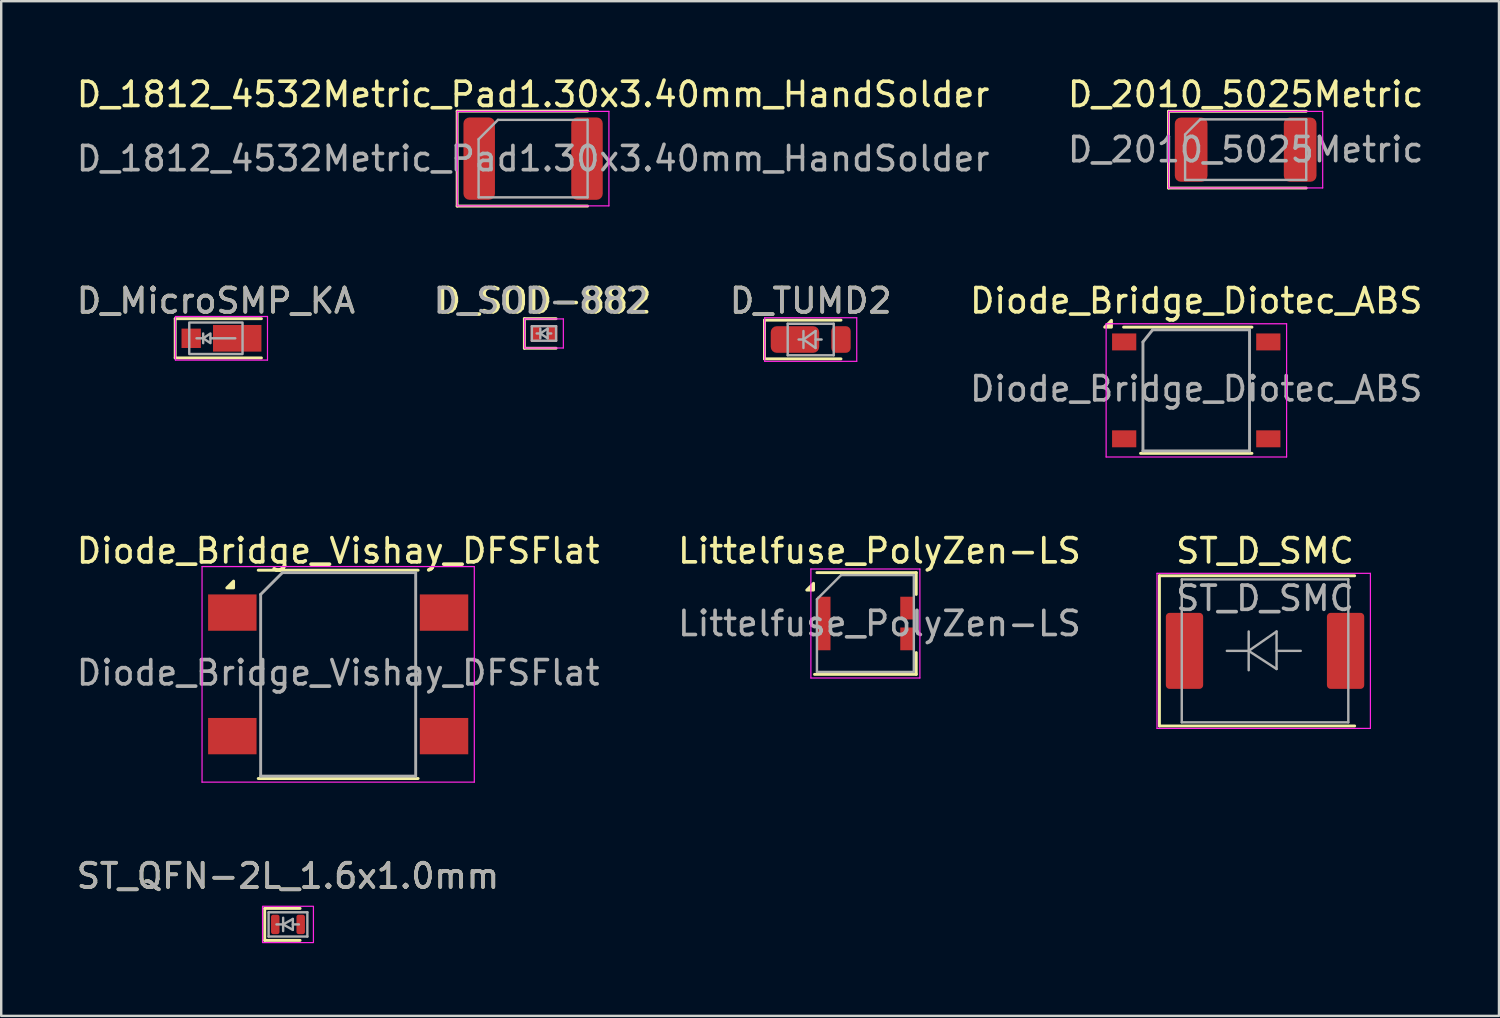
<source format=kicad_pcb>
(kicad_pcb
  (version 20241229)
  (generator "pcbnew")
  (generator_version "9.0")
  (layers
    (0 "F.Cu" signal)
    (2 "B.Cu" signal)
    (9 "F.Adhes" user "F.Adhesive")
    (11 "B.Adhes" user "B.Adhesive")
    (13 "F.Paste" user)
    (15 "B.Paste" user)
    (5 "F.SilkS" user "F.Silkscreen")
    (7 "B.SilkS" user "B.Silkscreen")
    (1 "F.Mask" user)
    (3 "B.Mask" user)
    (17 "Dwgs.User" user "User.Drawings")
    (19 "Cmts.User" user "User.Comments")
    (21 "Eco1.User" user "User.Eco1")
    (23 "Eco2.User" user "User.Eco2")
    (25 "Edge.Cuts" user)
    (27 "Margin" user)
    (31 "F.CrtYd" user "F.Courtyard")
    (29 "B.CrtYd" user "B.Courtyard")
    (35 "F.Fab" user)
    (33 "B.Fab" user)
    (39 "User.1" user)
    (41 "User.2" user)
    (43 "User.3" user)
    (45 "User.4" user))
  (footprint "Littelfuse_PolyZen-LS"
    (layer "F.Cu")
    (at 32.676 22.69)
    (property "Reference" "Littelfuse_PolyZen-LS" (at 0.58 -3 0) (layer "F.SilkS") (effects (font (size 1 1) (thickness 0.15))))
    (attr smd)
    (fp_line (start 2.1 -2.1) (end -2 -2.1) (stroke (width 0.12) (type solid)) (layer "F.SilkS"))
    (fp_line (start 2.1 -2.1) (end 2.1 -1.2) (stroke (width 0.12) (type solid)) (layer "F.SilkS"))
    (fp_line (start 2.1 2.1) (end -2.1 2.1) (stroke (width 0.12) (type solid)) (layer "F.SilkS"))
    (fp_line (start 2.1 2.1) (end 2.1 1.2) (stroke (width 0.12) (type solid)) (layer "F.SilkS"))
    (fp_poly (pts (xy -2.14 -1.38) (xy -2.42 -1.38) (xy -2.14 -1.66) (xy -2.14 -1.38)) (stroke (width 0.12) (type solid)) (fill yes) (layer "F.SilkS"))
    (fp_line (start -2.25 -2.25) (end 2.25 -2.25) (stroke (width 0.05) (type solid)) (layer "F.CrtYd"))
    (fp_line (start -2.25 2.25) (end -2.25 -2.25) (stroke (width 0.05) (type solid)) (layer "F.CrtYd"))
    (fp_line (start 2.25 -2.25) (end 2.25 2.25) (stroke (width 0.05) (type solid)) (layer "F.CrtYd"))
    (fp_line (start 2.25 2.25) (end -2.25 2.25) (stroke (width 0.05) (type solid)) (layer "F.CrtYd"))
    (fp_line (start -2 2) (end -2 -1) (stroke (width 0.1) (type solid)) (layer "F.Fab"))
    (fp_line (start -1 -2) (end -2 -1) (stroke (width 0.1) (type solid)) (layer "F.Fab"))
    (fp_line (start 2 -2) (end -1 -2) (stroke (width 0.1) (type solid)) (layer "F.Fab"))
    (fp_line (start 2 -2) (end 2 2) (stroke (width 0.1) (type solid)) (layer "F.Fab"))
    (fp_line (start 2 2) (end -2 2) (stroke (width 0.1) (type solid)) (layer "F.Fab"))
    (fp_text user "${REFERENCE}" (at 0.58 0 0) (layer "F.Fab") (effects (font (size 1 1) (thickness 0.15))))
    (pad "1" smd rect (at -1.72 0) (size 0.56 2.21) (layers "F.Cu" "F.Mask" "F.Paste"))
    (pad "2" smd rect (at 1.72 -0.635) (size 0.56 0.94) (layers "F.Cu" "F.Mask" "F.Paste"))
    (pad "3" smd rect (at 1.72 0.635) (size 0.56 0.94) (layers "F.Cu" "F.Mask" "F.Paste")))
  (footprint "D_TUMD2"
    (layer "F.Cu")
    (at 30.419 10.966)
    (property "Reference" "D_TUMD2" (at 0 -1.6 0) (layer "F.SilkS") (effects (font (size 1 1) (thickness 0.15))))
    (attr smd)
    (fp_line (start -1.91 -0.8) (end 1.25 -0.8) (stroke (width 0.12) (type solid)) (layer "F.SilkS"))
    (fp_line (start -1.91 0.8) (end -1.91 -0.8) (stroke (width 0.12) (type solid)) (layer "F.SilkS"))
    (fp_line (start 1.25 0.8) (end -1.91 0.8) (stroke (width 0.12) (type solid)) (layer "F.SilkS"))
    (fp_line (start -1.9 -0.9) (end 1.9 -0.9) (stroke (width 0.05) (type solid)) (layer "F.CrtYd"))
    (fp_line (start -1.9 0.9) (end -1.9 -0.9) (stroke (width 0.05) (type solid)) (layer "F.CrtYd"))
    (fp_line (start 1.9 -0.9) (end 1.9 0.9) (stroke (width 0.05) (type solid)) (layer "F.CrtYd"))
    (fp_line (start 1.9 0.9) (end -1.9 0.9) (stroke (width 0.05) (type solid)) (layer "F.CrtYd"))
    (fp_line (start -0.95 -0.65) (end 0.95 -0.65) (stroke (width 0.1) (type solid)) (layer "F.Fab"))
    (fp_line (start -0.95 0.65) (end -0.95 -0.65) (stroke (width 0.1) (type solid)) (layer "F.Fab"))
    (fp_line (start -0.3 -0.35) (end -0.3 0.35) (stroke (width 0.1) (type solid)) (layer "F.Fab"))
    (fp_line (start -0.3 0) (end -0.5 0) (stroke (width 0.1) (type solid)) (layer "F.Fab"))
    (fp_line (start -0.3 0) (end 0.2 -0.35) (stroke (width 0.1) (type solid)) (layer "F.Fab"))
    (fp_line (start 0.2 -0.35) (end 0.2 0.35) (stroke (width 0.1) (type solid)) (layer "F.Fab"))
    (fp_line (start 0.2 0) (end 0.45 0) (stroke (width 0.1) (type solid)) (layer "F.Fab"))
    (fp_line (start 0.2 0.35) (end -0.3 0) (stroke (width 0.1) (type solid)) (layer "F.Fab"))
    (fp_line (start 0.95 -0.65) (end 0.95 0.65) (stroke (width 0.1) (type solid)) (layer "F.Fab"))
    (fp_line (start 0.95 0.65) (end -0.95 0.65) (stroke (width 0.1) (type solid)) (layer "F.Fab"))
    (fp_text user "${REFERENCE}" (at 0 -1.6 0) (layer "F.Fab") (effects (font (size 1 1) (thickness 0.15))))
    (pad "1" smd roundrect (at -0.65 0 180) (size 2 1.1) (layers "F.Cu" "F.Mask" "F.Paste") (roundrect_rratio 0.227))
    (pad "2" smd roundrect (at 1.25 0 180) (size 0.8 1.1) (layers "F.Cu" "F.Mask" "F.Paste") (roundrect_rratio 0.25)))
  (footprint "D_2010_5025Metric"
    (layer "F.Cu")
    (at 48.375 3.128)
    (property "Reference" "D_2010_5025Metric" (at 0 -2.28 0) (layer "F.SilkS") (effects (font (size 1 1) (thickness 0.15))))
    (attr smd)
    (fp_line (start -3.185 -1.585) (end -3.185 1.585) (stroke (width 0.12) (type solid)) (layer "F.SilkS"))
    (fp_line (start -3.185 1.585) (end 2.5 1.585) (stroke (width 0.12) (type solid)) (layer "F.SilkS"))
    (fp_line (start 2.5 -1.585) (end -3.185 -1.585) (stroke (width 0.12) (type solid)) (layer "F.SilkS"))
    (fp_line (start -3.18 -1.58) (end 3.18 -1.58) (stroke (width 0.05) (type solid)) (layer "F.CrtYd"))
    (fp_line (start -3.18 1.58) (end -3.18 -1.58) (stroke (width 0.05) (type solid)) (layer "F.CrtYd"))
    (fp_line (start 3.18 -1.58) (end 3.18 1.58) (stroke (width 0.05) (type solid)) (layer "F.CrtYd"))
    (fp_line (start 3.18 1.58) (end -3.18 1.58) (stroke (width 0.05) (type solid)) (layer "F.CrtYd"))
    (fp_line (start -2.5 -0.625) (end -2.5 1.25) (stroke (width 0.1) (type solid)) (layer "F.Fab"))
    (fp_line (start -2.5 1.25) (end 2.5 1.25) (stroke (width 0.1) (type solid)) (layer "F.Fab"))
    (fp_line (start -1.875 -1.25) (end -2.5 -0.625) (stroke (width 0.1) (type solid)) (layer "F.Fab"))
    (fp_line (start 2.5 -1.25) (end -1.875 -1.25) (stroke (width 0.1) (type solid)) (layer "F.Fab"))
    (fp_line (start 2.5 1.25) (end 2.5 -1.25) (stroke (width 0.1) (type solid)) (layer "F.Fab"))
    (fp_text user "${REFERENCE}" (at 0 0 0) (layer "F.Fab") (effects (font (size 1 1) (thickness 0.15))))
    (pad "1" smd roundrect (at -2.25 0) (size 1.35 2.65) (layers "F.Cu" "F.Mask" "F.Paste") (roundrect_rratio 0.185))
    (pad "2" smd roundrect (at 2.25 0) (size 1.35 2.65) (layers "F.Cu" "F.Mask" "F.Paste") (roundrect_rratio 0.185)))
  (footprint "D_SOD-882"
    (layer "F.Cu")
    (at 19.407 10.716)
    (property "Reference" "D_SOD-882" (at 0 -1.35 0) (layer "F.SilkS") (effects (font (size 1 1) (thickness 0.15))))
    (attr smd)
    (fp_line (start -0.81 -0.61) (end -0.81 0.61) (stroke (width 0.12) (type solid)) (layer "F.SilkS"))
    (fp_line (start -0.81 -0.61) (end 0.5 -0.61) (stroke (width 0.12) (type solid)) (layer "F.SilkS"))
    (fp_line (start -0.81 0.61) (end 0.5 0.61) (stroke (width 0.12) (type solid)) (layer "F.SilkS"))
    (fp_line (start -0.8 -0.6) (end -0.8 0.6) (stroke (width 0.05) (type solid)) (layer "F.CrtYd"))
    (fp_line (start -0.8 -0.6) (end 0.8 -0.6) (stroke (width 0.05) (type solid)) (layer "F.CrtYd"))
    (fp_line (start 0.8 -0.6) (end 0.8 0.6) (stroke (width 0.05) (type solid)) (layer "F.CrtYd"))
    (fp_line (start 0.8 0.6) (end -0.8 0.6) (stroke (width 0.05) (type solid)) (layer "F.CrtYd"))
    (fp_line (start -0.5 -0.3) (end 0.5 -0.3) (stroke (width 0.1) (type solid)) (layer "F.Fab"))
    (fp_line (start -0.5 0.3) (end -0.5 -0.3) (stroke (width 0.1) (type solid)) (layer "F.Fab"))
    (fp_line (start -0.15 0) (end -0.3 0) (stroke (width 0.1) (type solid)) (layer "F.Fab"))
    (fp_line (start -0.15 0) (end 0.15 0.2) (stroke (width 0.1) (type solid)) (layer "F.Fab"))
    (fp_line (start -0.15 0.2) (end -0.15 -0.2) (stroke (width 0.1) (type solid)) (layer "F.Fab"))
    (fp_line (start 0.15 -0.2) (end -0.15 0) (stroke (width 0.1) (type solid)) (layer "F.Fab"))
    (fp_line (start 0.15 0) (end 0.3 0) (stroke (width 0.1) (type solid)) (layer "F.Fab"))
    (fp_line (start 0.15 0.2) (end 0.15 -0.2) (stroke (width 0.1) (type solid)) (layer "F.Fab"))
    (fp_line (start 0.5 -0.3) (end 0.5 0.3) (stroke (width 0.1) (type solid)) (layer "F.Fab"))
    (fp_line (start 0.5 0.3) (end -0.5 0.3) (stroke (width 0.1) (type solid)) (layer "F.Fab"))
    (fp_text user "${REFERENCE}" (at -0.127 -1.35 0) (layer "F.Fab") (effects (font (size 1 1) (thickness 0.15))))
    (pad "" smd roundrect (at -0.35 0) (size 0.3 0.6) (layers "F.Paste") (roundrect_rratio 0.167))
    (pad "" smd roundrect (at 0.35 0) (size 0.3 0.6) (layers "F.Paste") (roundrect_rratio 0.167))
    (pad "1" smd roundrect (at -0.35 0) (size 0.4 0.7) (layers "F.Cu" "F.Mask") (roundrect_rratio 0.125))
    (pad "2" smd roundrect (at 0.35 0) (size 0.4 0.7) (layers "F.Cu" "F.Mask") (roundrect_rratio 0.125)))
  (footprint "D_1812_4532Metric_Pad1.30x3.40mm_HandSolder"
    (layer "F.Cu")
    (at 18.958 3.498)
    (property "Reference" "D_1812_4532Metric_Pad1.30x3.40mm_HandSolder" (at 0 -2.65 0) (layer "F.SilkS") (effects (font (size 1 1) (thickness 0.15))))
    (attr smd)
    (fp_line (start -3.135 -1.96) (end -3.135 1.96) (stroke (width 0.12) (type solid)) (layer "F.SilkS"))
    (fp_line (start -3.135 1.96) (end 2.25 1.96) (stroke (width 0.12) (type solid)) (layer "F.SilkS"))
    (fp_line (start 2.25 -1.96) (end -3.135 -1.96) (stroke (width 0.12) (type solid)) (layer "F.SilkS"))
    (fp_line (start -3.13 -1.95) (end 3.13 -1.95) (stroke (width 0.05) (type solid)) (layer "F.CrtYd"))
    (fp_line (start -3.13 1.95) (end -3.13 -1.95) (stroke (width 0.05) (type solid)) (layer "F.CrtYd"))
    (fp_line (start 3.13 -1.95) (end 3.13 1.95) (stroke (width 0.05) (type solid)) (layer "F.CrtYd"))
    (fp_line (start 3.13 1.95) (end -3.13 1.95) (stroke (width 0.05) (type solid)) (layer "F.CrtYd"))
    (fp_line (start -2.25 -0.8) (end -2.25 1.6) (stroke (width 0.1) (type solid)) (layer "F.Fab"))
    (fp_line (start -2.25 1.6) (end 2.25 1.6) (stroke (width 0.1) (type solid)) (layer "F.Fab"))
    (fp_line (start -1.45 -1.6) (end -2.25 -0.8) (stroke (width 0.1) (type solid)) (layer "F.Fab"))
    (fp_line (start 2.25 -1.6) (end -1.45 -1.6) (stroke (width 0.1) (type solid)) (layer "F.Fab"))
    (fp_line (start 2.25 1.6) (end 2.25 -1.6) (stroke (width 0.1) (type solid)) (layer "F.Fab"))
    (fp_text user "${REFERENCE}" (at 0 0 0) (layer "F.Fab") (effects (font (size 1 1) (thickness 0.15))))
    (pad "1" smd roundrect (at -2.225 0) (size 1.3 3.4) (layers "F.Cu" "F.Mask" "F.Paste") (roundrect_rratio 0.192))
    (pad "2" smd roundrect (at 2.225 0) (size 1.3 3.4) (layers "F.Cu" "F.Mask" "F.Paste") (roundrect_rratio 0.192)))
  (footprint "ST_D_SMC"
    (layer "F.Cu")
    (at 49.175 23.82)
    (property "Reference" "ST_D_SMC" (at 0 -4.13 0) (layer "F.SilkS") (effects (font (size 1 1) (thickness 0.15))))
    (attr smd)
    (fp_line (start -4.36 -3.1) (end 3.7 -3.1) (stroke (width 0.12) (type solid)) (layer "F.SilkS"))
    (fp_line (start -4.36 3.1) (end -4.36 -3.1) (stroke (width 0.12) (type solid)) (layer "F.SilkS"))
    (fp_line (start -4.36 3.1) (end 3.7 3.1) (stroke (width 0.12) (type solid)) (layer "F.SilkS"))
    (fp_line (start -4.46 -3.2) (end 4.35 -3.2) (stroke (width 0.05) (type solid)) (layer "F.CrtYd"))
    (fp_line (start -4.46 3.2) (end -4.46 -3.2) (stroke (width 0.05) (type solid)) (layer "F.CrtYd"))
    (fp_line (start 4.35 -3.2) (end 4.35 3.2) (stroke (width 0.05) (type solid)) (layer "F.CrtYd"))
    (fp_line (start 4.35 3.2) (end -4.46 3.2) (stroke (width 0.05) (type solid)) (layer "F.CrtYd"))
    (fp_line (start -3.438 2.95) (end -3.438 -2.95) (stroke (width 0.1) (type solid)) (layer "F.Fab"))
    (fp_line (start -0.675 -0.8) (end -0.675 0.8) (stroke (width 0.1) (type solid)) (layer "F.Fab"))
    (fp_line (start -0.675 0) (end -1.577 0) (stroke (width 0.1) (type solid)) (layer "F.Fab"))
    (fp_line (start -0.675 0) (end 0.476 -0.8) (stroke (width 0.1) (type solid)) (layer "F.Fab"))
    (fp_line (start -0.675 0) (end 0.476 0.749) (stroke (width 0.1) (type solid)) (layer "F.Fab"))
    (fp_line (start 0.476 0) (end 1.474 0) (stroke (width 0.1) (type solid)) (layer "F.Fab"))
    (fp_line (start 0.476 0.749) (end 0.476 -0.8) (stroke (width 0.1) (type solid)) (layer "F.Fab"))
    (fp_line (start 3.438 -2.95) (end -3.438 -2.95) (stroke (width 0.1) (type solid)) (layer "F.Fab"))
    (fp_line (start 3.438 -2.95) (end 3.438 2.95) (stroke (width 0.1) (type solid)) (layer "F.Fab"))
    (fp_line (start 3.438 2.95) (end -3.438 2.95) (stroke (width 0.1) (type solid)) (layer "F.Fab"))
    (fp_text user "${REFERENCE}" (at 0 -2.17 0) (layer "F.Fab") (effects (font (size 1 1) (thickness 0.15))))
    (pad "1" smd roundrect (at -3.325 0 90) (size 3.14 1.54) (layers "F.Cu" "F.Mask" "F.Paste") (roundrect_rratio 0.1))
    (pad "2" smd roundrect (at 3.325 0 90) (size 3.14 1.54) (layers "F.Cu" "F.Mask" "F.Paste") (roundrect_rratio 0.1)))
  (footprint "ST_QFN-2L_1.6x1.0mm"
    (layer "F.Cu")
    (at 8.839 35.113)
    (property "Reference" "ST_QFN-2L_1.6x1.0mm" (at 0 -2 0) (layer "F.SilkS") (effects (font (size 1 1) (thickness 0.15))))
    (attr smd)
    (fp_line (start -0.96 -0.66) (end -0.96 0.66) (stroke (width 0.12) (type solid)) (layer "F.SilkS"))
    (fp_line (start -0.96 0.66) (end 0.5 0.66) (stroke (width 0.12) (type solid)) (layer "F.SilkS"))
    (fp_line (start 0.5 -0.66) (end -0.96 -0.66) (stroke (width 0.12) (type solid)) (layer "F.SilkS"))
    (fp_rect (start 1.05 0.75) (end -1.05 -0.75) (stroke (width 0.05) (type default)) (fill no) (layer "F.CrtYd"))
    (fp_line (start -0.8 -0.5) (end -0.8 0.5) (stroke (width 0.1) (type solid)) (layer "F.Fab"))
    (fp_line (start -0.8 -0.5) (end 0.8 -0.5) (stroke (width 0.1) (type solid)) (layer "F.Fab"))
    (fp_line (start -0.2 -0.275) (end -0.2 0.275) (stroke (width 0.1) (type solid)) (layer "F.Fab"))
    (fp_line (start -0.2 0) (end -0.475 0) (stroke (width 0.1) (type solid)) (layer "F.Fab"))
    (fp_line (start -0.2 0) (end 0.2 -0.225) (stroke (width 0.1) (type solid)) (layer "F.Fab"))
    (fp_line (start 0.2 -0.225) (end 0.2 0.225) (stroke (width 0.1) (type solid)) (layer "F.Fab"))
    (fp_line (start 0.2 0) (end 0.45 0) (stroke (width 0.1) (type solid)) (layer "F.Fab"))
    (fp_line (start 0.2 0.225) (end -0.2 0) (stroke (width 0.1) (type solid)) (layer "F.Fab"))
    (fp_line (start 0.8 -0.5) (end 0.8 0.5) (stroke (width 0.1) (type solid)) (layer "F.Fab"))
    (fp_line (start 0.8 0.5) (end -0.8 0.5) (stroke (width 0.1) (type solid)) (layer "F.Fab"))
    (fp_text user "${REFERENCE}" (at 0 -2 0) (layer "F.Fab") (effects (font (size 1 1) (thickness 0.15))))
    (pad "1" smd roundrect (at -0.525 0) (size 0.35 0.8) (layers "F.Cu" "F.Mask" "F.Paste") (roundrect_rratio 0.25))
    (pad "2" smd roundrect (at 0.525 0) (size 0.35 0.8) (layers "F.Cu" "F.Mask" "F.Paste") (roundrect_rratio 0.25)))
  (footprint "Diode_Bridge_Diotec_ABS"
    (layer "F.Cu")
    (at 46.335 13.066)
    (property "Reference" "Diode_Bridge_Diotec_ABS" (at 0 -3.7 0) (layer "F.SilkS") (effects (font (size 1 1) (thickness 0.15))))
    (attr smd)
    (fp_line (start 2.3 -2.61) (end -3 -2.61) (stroke (width 0.12) (type solid)) (layer "F.SilkS"))
    (fp_line (start 2.3 2.6) (end -2.3 2.6) (stroke (width 0.12) (type solid)) (layer "F.SilkS"))
    (fp_poly (pts (xy -3.5 -2.61) (xy -3.78 -2.61) (xy -3.5 -2.89) (xy -3.5 -2.61)) (stroke (width 0.12) (type solid)) (fill yes) (layer "F.SilkS"))
    (fp_line (start -3.72 -2.75) (end -3.72 2.75) (stroke (width 0.05) (type solid)) (layer "F.CrtYd"))
    (fp_line (start -3.72 -2.75) (end 3.73 -2.75) (stroke (width 0.05) (type solid)) (layer "F.CrtYd"))
    (fp_line (start 3.73 2.75) (end -3.72 2.75) (stroke (width 0.05) (type solid)) (layer "F.CrtYd"))
    (fp_line (start 3.73 2.75) (end 3.73 -2.75) (stroke (width 0.05) (type solid)) (layer "F.CrtYd"))
    (fp_line (start -2.2 -2) (end -2.2 2.5) (stroke (width 0.12) (type solid)) (layer "F.Fab"))
    (fp_line (start -2.2 2.5) (end 2.2 2.5) (stroke (width 0.12) (type solid)) (layer "F.Fab"))
    (fp_line (start -1.8 -2.5) (end -2.2 -2) (stroke (width 0.12) (type solid)) (layer "F.Fab"))
    (fp_line (start 2.2 -2.5) (end -1.8 -2.5) (stroke (width 0.12) (type solid)) (layer "F.Fab"))
    (fp_line (start 2.2 2.5) (end 2.2 -2.5) (stroke (width 0.12) (type solid)) (layer "F.Fab"))
    (fp_text user "${REFERENCE}" (at 0 -0.065 0) (layer "F.Fab") (effects (font (size 1 1) (thickness 0.15))))
    (pad "1" smd rect (at -2.975 -2) (size 1 0.7) (layers "F.Cu" "F.Mask" "F.Paste"))
    (pad "2" smd rect (at -2.975 2) (size 1 0.7) (layers "F.Cu" "F.Mask" "F.Paste"))
    (pad "3" smd rect (at 2.975 2) (size 1 0.7) (layers "F.Cu" "F.Mask" "F.Paste"))
    (pad "4" smd rect (at 2.975 -2) (size 1 0.7) (layers "F.Cu" "F.Mask" "F.Paste")))
  (footprint "D_MicroSMP_KA"
    (layer "F.Cu")
    (at 5.863 10.916)
    (property "Reference" "D_MicroSMP_KA" (at 0 -1.55 0) (unlocked yes) (layer "F.SilkS") (effects (font (size 1 1) (thickness 0.15))))
    (attr smd)
    (fp_line (start -1.68 -0.81) (end -1.68 0.81) (stroke (width 0.12) (type solid)) (layer "F.SilkS"))
    (fp_line (start -1.68 -0.81) (end 1.88 -0.81) (stroke (width 0.12) (type solid)) (layer "F.SilkS"))
    (fp_line (start -1.68 0.81) (end 1.88 0.81) (stroke (width 0.12) (type solid)) (layer "F.SilkS"))
    (fp_line (start -1.67 -0.9) (end -1.67 0.9) (stroke (width 0.05) (type solid)) (layer "F.CrtYd"))
    (fp_line (start -1.67 -0.9) (end 2.13 -0.9) (stroke (width 0.05) (type solid)) (layer "F.CrtYd"))
    (fp_line (start -1.67 0.9) (end 2.13 0.9) (stroke (width 0.05) (type solid)) (layer "F.CrtYd"))
    (fp_line (start 2.13 -0.9) (end 2.13 0.9) (stroke (width 0.05) (type solid)) (layer "F.CrtYd"))
    (fp_line (start -0.525 -0.2) (end -0.525 0.2) (stroke (width 0.1) (type solid)) (layer "F.Fab"))
    (fp_line (start -0.525 0) (end -0.8 0) (stroke (width 0.1) (type solid)) (layer "F.Fab"))
    (fp_line (start 0.8 0) (end -0.225 0) (stroke (width 0.1) (type solid)) (layer "F.Fab"))
    (fp_rect (start -1.1 -0.65) (end 1.1 0.65) (stroke (width 0.1) (type solid)) (fill no) (layer "F.Fab"))
    (fp_poly (pts (xy -0.225 0.2) (xy -0.525 0) (xy -0.225 -0.2)) (stroke (width 0.1) (type solid)) (fill no) (layer "F.Fab"))
    (fp_text user "${REFERENCE}" (at 0 -1.55 0) (unlocked yes) (layer "F.Fab") (effects (font (size 1 1) (thickness 0.15))))
    (pad "1" smd rect (at -1.02 0) (size 0.8 0.8) (layers "F.Cu" "F.Mask" "F.Paste"))
    (pad "2" smd rect (at 0.88 0) (size 2 1.1) (layers "F.Cu" "F.Mask" "F.Paste")))
  (footprint "Diode_Bridge_Vishay_DFSFlat"
    (layer "F.Cu")
    (at 10.911 24.79)
    (property "Reference" "Diode_Bridge_Vishay_DFSFlat" (at 0 -5.1 0) (layer "F.SilkS") (effects (font (size 1 1) (thickness 0.15))))
    (attr smd)
    (fp_line (start -3.3 -4.3) (end 3.3 -4.3) (stroke (width 0.12) (type solid)) (layer "F.SilkS"))
    (fp_line (start -3.3 4.3) (end 3.3 4.3) (stroke (width 0.12) (type solid)) (layer "F.SilkS"))
    (fp_poly (pts (xy -4.318 -3.57) (xy -4.598 -3.57) (xy -4.318 -3.85) (xy -4.318 -3.57)) (stroke (width 0.12) (type solid)) (fill yes) (layer "F.SilkS"))
    (fp_line (start -5.62 -4.45) (end -5.62 4.45) (stroke (width 0.05) (type solid)) (layer "F.CrtYd"))
    (fp_line (start -5.62 -4.45) (end 5.62 -4.45) (stroke (width 0.05) (type solid)) (layer "F.CrtYd"))
    (fp_line (start 5.62 4.45) (end -5.62 4.45) (stroke (width 0.05) (type solid)) (layer "F.CrtYd"))
    (fp_line (start 5.62 4.45) (end 5.62 -4.45) (stroke (width 0.05) (type solid)) (layer "F.CrtYd"))
    (fp_line (start -3.2 -3.3) (end -2.3 -4.2) (stroke (width 0.12) (type solid)) (layer "F.Fab"))
    (fp_line (start -3.2 4.2) (end -3.2 -3.3) (stroke (width 0.12) (type solid)) (layer "F.Fab"))
    (fp_line (start -2.3 -4.2) (end 3.2 -4.2) (stroke (width 0.12) (type solid)) (layer "F.Fab"))
    (fp_line (start 3.2 -4.2) (end 3.2 4.2) (stroke (width 0.12) (type solid)) (layer "F.Fab"))
    (fp_line (start 3.2 4.2) (end -3.2 4.2) (stroke (width 0.12) (type solid)) (layer "F.Fab"))
    (fp_text user "${REFERENCE}" (at 0 -0.065 0) (layer "F.Fab") (effects (font (size 1 1) (thickness 0.15))))
    (pad "1" smd rect (at -4.37 -2.55) (size 2 1.5) (layers "F.Cu" "F.Mask" "F.Paste"))
    (pad "2" smd rect (at -4.37 2.55) (size 2 1.5) (layers "F.Cu" "F.Mask" "F.Paste"))
    (pad "3" smd rect (at 4.37 2.55) (size 2 1.5) (layers "F.Cu" "F.Mask" "F.Paste"))
    (pad "4" smd rect (at 4.37 -2.55) (size 2 1.5) (layers "F.Cu" "F.Mask" "F.Paste")))
  (gr_rect
    (start -3 -3)
    (end 58.833 38.888)
    (stroke (width 0.1) (type default))
    (fill no)
    (layer "Edge.Cuts")))
</source>
